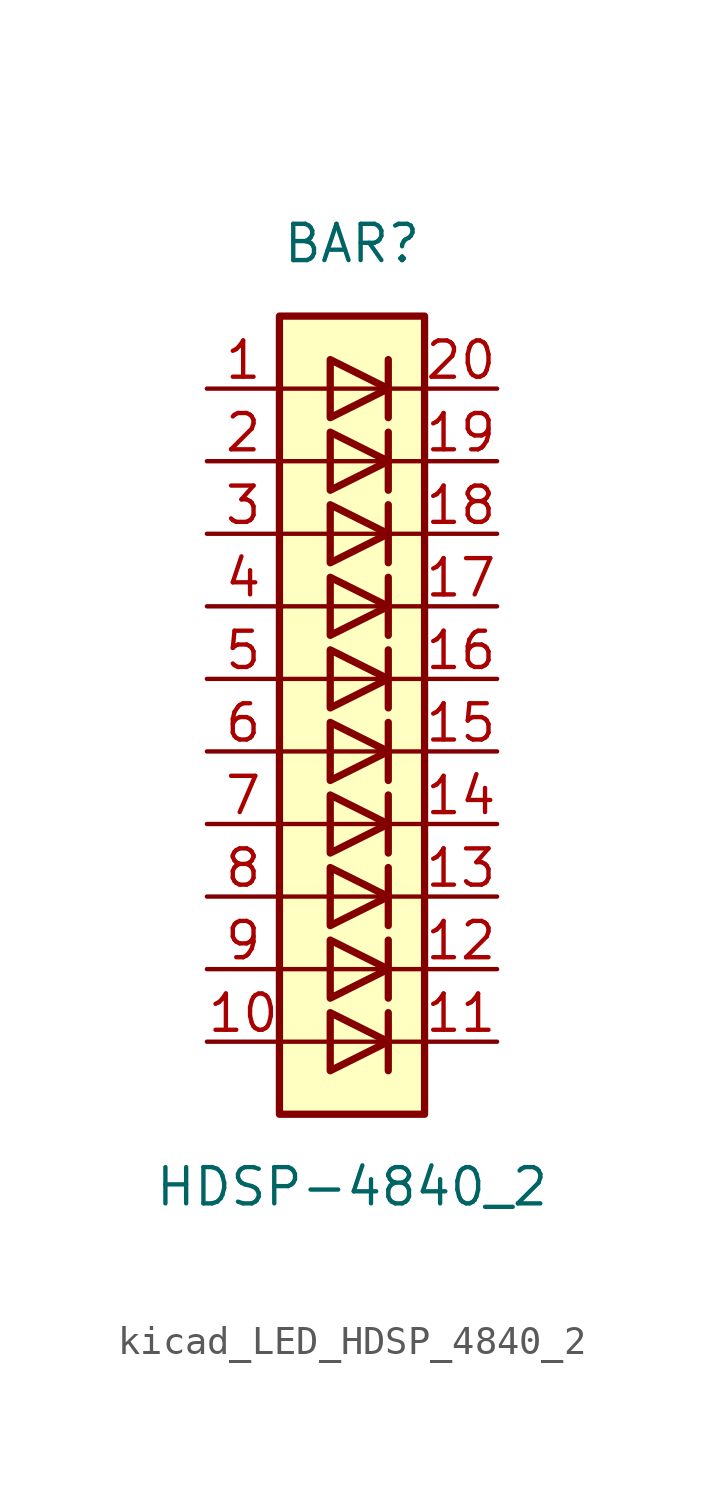
<source format=kicad_sym>
(kicad_symbol_lib
  (version 20220914)
  (generator kicad_symbol_editor)
  (symbol "kicad_LED_HDSP_4840_2"
    (pin_names
      (offset 1.016) hide)
    (property "Reference" "BAR"
      (at 0 15.24 0)
      (effects (font (size 1.27 1.27))))
    (property "Value" "HDSP-4840_2"
      (at 0 -17.78 0)
      (effects (font (size 1.27 1.27))))
    (symbol "kicad_LED_HDSP_4840_2_0_1"
      (rectangle (start -2.54 12.7) (end 2.54 -15.24) (stroke (width 0.254) (type default)) (fill (type background)))
      (polyline (pts (xy -2.54 -12.7) (xy 2.54 -12.7)) (stroke (width 0) (type default)) (fill (type none)))
      (polyline (pts (xy -2.54 -10.16) (xy 2.54 -10.16)) (stroke (width 0) (type default)) (fill (type none)))
      (polyline (pts (xy -2.54 -7.62) (xy 2.54 -7.62)) (stroke (width 0) (type default)) (fill (type none)))
      (polyline (pts (xy -2.54 -5.08) (xy 2.54 -5.08)) (stroke (width 0) (type default)) (fill (type none)))
      (polyline (pts (xy -2.54 0) (xy 2.54 0)) (stroke (width 0) (type default)) (fill (type none)))
      (polyline (pts (xy -2.54 5.08) (xy 2.54 5.08)) (stroke (width 0) (type default)) (fill (type none)))
      (polyline (pts (xy -2.54 7.62) (xy 2.54 7.62)) (stroke (width 0) (type default)) (fill (type none)))
      (polyline (pts (xy -2.54 10.16) (xy 2.54 10.16)) (stroke (width 0) (type default)) (fill (type none)))
      (polyline (pts (xy 1.27 -11.684) (xy 1.27 -13.716)) (stroke (width 0.254) (type default)) (fill (type none)))
      (polyline (pts (xy 1.27 -9.144) (xy 1.27 -11.176)) (stroke (width 0.254) (type default)) (fill (type none)))
      (polyline (pts (xy 1.27 -6.604) (xy 1.27 -8.636)) (stroke (width 0.254) (type default)) (fill (type none)))
      (polyline (pts (xy 1.27 -4.064) (xy 1.27 -6.096)) (stroke (width 0.254) (type default)) (fill (type none)))
      (polyline (pts (xy 1.27 -1.524) (xy 1.27 -3.556)) (stroke (width 0.254) (type default)) (fill (type none)))
      (polyline (pts (xy 1.27 1.016) (xy 1.27 -1.016)) (stroke (width 0.254) (type default)) (fill (type none)))
      (polyline (pts (xy 1.27 3.556) (xy 1.27 1.524)) (stroke (width 0.254) (type default)) (fill (type none)))
      (polyline (pts (xy 1.27 6.096) (xy 1.27 4.064)) (stroke (width 0.254) (type default)) (fill (type none)))
      (polyline (pts (xy 1.27 8.636) (xy 1.27 6.604)) (stroke (width 0.254) (type default)) (fill (type none)))
      (polyline (pts (xy 1.27 11.176) (xy 1.27 9.144)) (stroke (width 0.254) (type default)) (fill (type none)))
      (polyline (pts (xy 2.54 -2.54) (xy -2.54 -2.54)) (stroke (width 0) (type default)) (fill (type none)))
      (polyline (pts (xy 2.54 2.54) (xy -2.54 2.54)) (stroke (width 0) (type default)) (fill (type none)))
      (polyline (pts (xy -0.762 -11.684) (xy -0.762 -13.716) (xy 1.27 -12.7) (xy -0.762 -11.684)) (stroke (width 0.254) (type default)) (fill (type none)))
      (polyline (pts (xy -0.762 -9.144) (xy -0.762 -11.176) (xy 1.27 -10.16) (xy -0.762 -9.144)) (stroke (width 0.254) (type default)) (fill (type none)))
      (polyline (pts (xy -0.762 -6.604) (xy -0.762 -8.636) (xy 1.27 -7.62) (xy -0.762 -6.604)) (stroke (width 0.254) (type default)) (fill (type none)))
      (polyline (pts (xy -0.762 -4.064) (xy -0.762 -6.096) (xy 1.27 -5.08) (xy -0.762 -4.064)) (stroke (width 0.254) (type default)) (fill (type none)))
      (polyline (pts (xy -0.762 -1.524) (xy -0.762 -3.556) (xy 1.27 -2.54) (xy -0.762 -1.524)) (stroke (width 0.254) (type default)) (fill (type none)))
      (polyline (pts (xy -0.762 1.016) (xy -0.762 -1.016) (xy 1.27 0) (xy -0.762 1.016)) (stroke (width 0.254) (type default)) (fill (type none)))
      (polyline (pts (xy -0.762 3.556) (xy -0.762 1.524) (xy 1.27 2.54) (xy -0.762 3.556)) (stroke (width 0.254) (type default)) (fill (type none)))
      (polyline (pts (xy -0.762 6.096) (xy -0.762 4.064) (xy 1.27 5.08) (xy -0.762 6.096)) (stroke (width 0.254) (type default)) (fill (type none)))
      (polyline (pts (xy -0.762 8.636) (xy -0.762 6.604) (xy 1.27 7.62) (xy -0.762 8.636)) (stroke (width 0.254) (type default)) (fill (type none)))
      (polyline (pts (xy -0.762 11.176) (xy -0.762 9.144) (xy 1.27 10.16) (xy -0.762 11.176)) (stroke (width 0.254) (type default)) (fill (type none))))
    (symbol "kicad_LED_HDSP_4840_2_1_1"
      (pin passive line (at -5.08 10.16 0) (length 2.54) (name "A" (effects (font (size 1.27 1.27)))) (number "1" (effects (font (size 1.27 1.27)))))
      (pin passive line (at -5.08 -12.7 0) (length 2.54) (name "A" (effects (font (size 1.27 1.27)))) (number "10" (effects (font (size 1.27 1.27)))))
      (pin passive line (at 5.08 -12.7 180) (length 2.54) (name "K" (effects (font (size 1.27 1.27)))) (number "11" (effects (font (size 1.27 1.27)))))
      (pin passive line (at 5.08 -10.16 180) (length 2.54) (name "K" (effects (font (size 1.27 1.27)))) (number "12" (effects (font (size 1.27 1.27)))))
      (pin passive line (at 5.08 -7.62 180) (length 2.54) (name "K" (effects (font (size 1.27 1.27)))) (number "13" (effects (font (size 1.27 1.27)))))
      (pin passive line (at 5.08 -5.08 180) (length 2.54) (name "K" (effects (font (size 1.27 1.27)))) (number "14" (effects (font (size 1.27 1.27)))))
      (pin passive line (at 5.08 -2.54 180) (length 2.54) (name "K" (effects (font (size 1.27 1.27)))) (number "15" (effects (font (size 1.27 1.27)))))
      (pin passive line (at 5.08 0 180) (length 2.54) (name "K" (effects (font (size 1.27 1.27)))) (number "16" (effects (font (size 1.27 1.27)))))
      (pin passive line (at 5.08 2.54 180) (length 2.54) (name "K" (effects (font (size 1.27 1.27)))) (number "17" (effects (font (size 1.27 1.27)))))
      (pin passive line (at 5.08 5.08 180) (length 2.54) (name "K" (effects (font (size 1.27 1.27)))) (number "18" (effects (font (size 1.27 1.27)))))
      (pin passive line (at 5.08 7.62 180) (length 2.54) (name "K" (effects (font (size 1.27 1.27)))) (number "19" (effects (font (size 1.27 1.27)))))
      (pin passive line (at -5.08 7.62 0) (length 2.54) (name "A" (effects (font (size 1.27 1.27)))) (number "2" (effects (font (size 1.27 1.27)))))
      (pin passive line (at 5.08 10.16 180) (length 2.54) (name "K" (effects (font (size 1.27 1.27)))) (number "20" (effects (font (size 1.27 1.27)))))
      (pin passive line (at -5.08 5.08 0) (length 2.54) (name "A" (effects (font (size 1.27 1.27)))) (number "3" (effects (font (size 1.27 1.27)))))
      (pin passive line (at -5.08 2.54 0) (length 2.54) (name "A" (effects (font (size 1.27 1.27)))) (number "4" (effects (font (size 1.27 1.27)))))
      (pin passive line (at -5.08 0 0) (length 2.54) (name "A" (effects (font (size 1.27 1.27)))) (number "5" (effects (font (size 1.27 1.27)))))
      (pin passive line (at -5.08 -2.54 0) (length 2.54) (name "A" (effects (font (size 1.27 1.27)))) (number "6" (effects (font (size 1.27 1.27)))))
      (pin passive line (at -5.08 -5.08 0) (length 2.54) (name "A" (effects (font (size 1.27 1.27)))) (number "7" (effects (font (size 1.27 1.27)))))
      (pin passive line (at -5.08 -7.62 0) (length 2.54) (name "A" (effects (font (size 1.27 1.27)))) (number "8" (effects (font (size 1.27 1.27)))))
      (pin passive line (at -5.08 -10.16 0) (length 2.54) (name "A" (effects (font (size 1.27 1.27)))) (number "9" (effects (font (size 1.27 1.27))))))))
</source>
